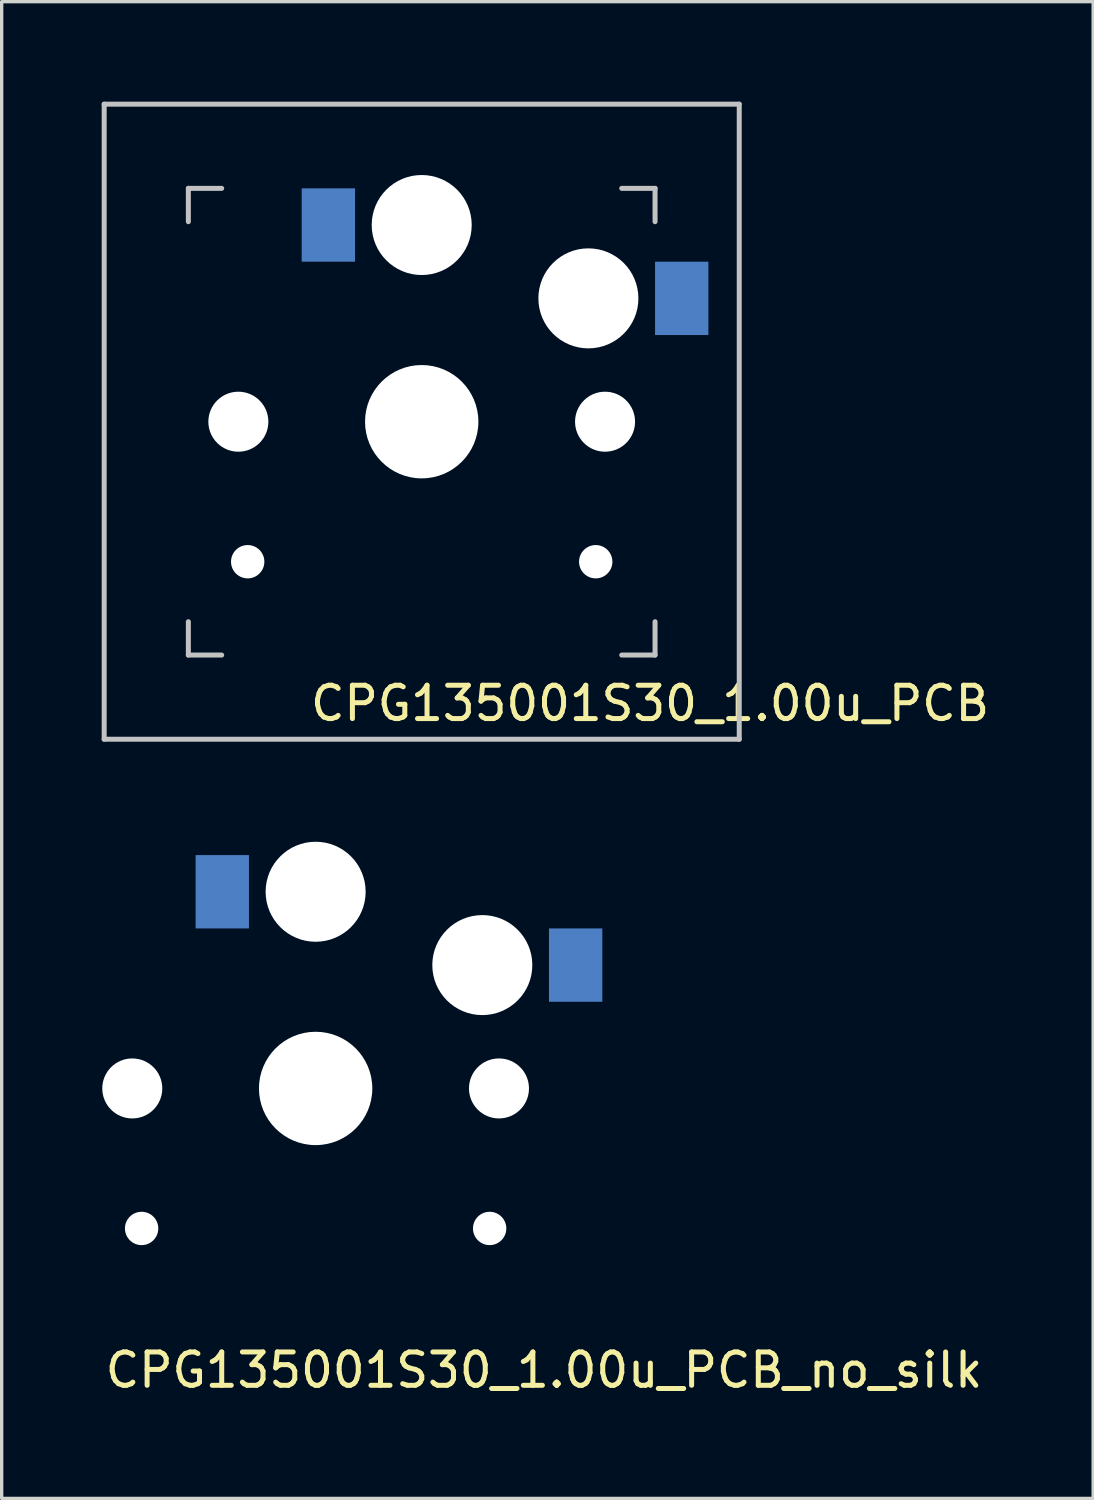
<source format=kicad_pcb>
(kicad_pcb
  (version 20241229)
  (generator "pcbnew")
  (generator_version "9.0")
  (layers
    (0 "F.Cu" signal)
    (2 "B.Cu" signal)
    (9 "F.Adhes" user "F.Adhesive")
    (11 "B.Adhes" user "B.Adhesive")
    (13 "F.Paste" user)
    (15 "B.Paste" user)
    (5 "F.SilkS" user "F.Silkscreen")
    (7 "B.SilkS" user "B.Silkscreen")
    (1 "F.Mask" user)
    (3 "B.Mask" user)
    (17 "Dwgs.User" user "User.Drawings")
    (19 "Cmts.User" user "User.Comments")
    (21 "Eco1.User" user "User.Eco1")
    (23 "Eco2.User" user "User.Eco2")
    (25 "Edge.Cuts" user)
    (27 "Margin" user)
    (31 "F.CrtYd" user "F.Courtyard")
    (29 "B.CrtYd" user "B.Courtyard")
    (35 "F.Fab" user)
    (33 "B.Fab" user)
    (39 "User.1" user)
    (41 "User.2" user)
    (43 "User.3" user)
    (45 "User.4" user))
  (footprint "CPG135001S30_1.00u_PCB"
    (layer "F.Cu")
    (at 9.6 9.6)
    (property "Reference" "CPG135001S30_1.00u_PCB" (at 6.85 8.45 180) (layer "F.SilkS") (effects (font (size 1 1) (thickness 0.15))))
    (attr through_hole)
    (fp_line (start -9.525 -9.525) (end 9.525 -9.525) (stroke (width 0.15) (type solid)) (layer "Dwgs.User"))
    (fp_line (start -9.525 9.525) (end -9.525 -9.525) (stroke (width 0.15) (type solid)) (layer "Dwgs.User"))
    (fp_line (start -7 -7) (end -7 -6) (stroke (width 0.15) (type solid)) (layer "Dwgs.User"))
    (fp_line (start -7 6) (end -7 7) (stroke (width 0.15) (type solid)) (layer "Dwgs.User"))
    (fp_line (start -7 7) (end -6 7) (stroke (width 0.15) (type solid)) (layer "Dwgs.User"))
    (fp_line (start -6 -7) (end -7 -7) (stroke (width 0.15) (type solid)) (layer "Dwgs.User"))
    (fp_line (start 6 -7) (end 7 -7) (stroke (width 0.15) (type solid)) (layer "Dwgs.User"))
    (fp_line (start 7 -7) (end 7 -6) (stroke (width 0.15) (type solid)) (layer "Dwgs.User"))
    (fp_line (start 7 6) (end 7 7) (stroke (width 0.15) (type solid)) (layer "Dwgs.User"))
    (fp_line (start 7 7) (end 6 7) (stroke (width 0.15) (type solid)) (layer "Dwgs.User"))
    (fp_line (start 9.525 -9.525) (end 9.525 9.525) (stroke (width 0.15) (type solid)) (layer "Dwgs.User"))
    (fp_line (start 9.525 9.525) (end -9.525 9.525) (stroke (width 0.15) (type solid)) (layer "Dwgs.User"))
    (pad "" np_thru_hole circle (at -5.5 0 270) (size 1.8 1.8) (drill 1.8) (layers "*.Cu" "*.Mask"))
    (pad "" np_thru_hole circle (at -5.22 4.2) (size 1 1) (drill 1) (layers "*.Cu" "*.Mask"))
    (pad "" np_thru_hole circle (at 0 -5.9 270) (size 3 3) (drill 3) (layers "*.Cu" "*.Mask"))
    (pad "" np_thru_hole circle (at 0 0 270) (size 3.4 3.4) (drill 3.4) (layers "*.Cu" "*.Mask"))
    (pad "" np_thru_hole circle (at 5 -3.7 270) (size 3 3) (drill 3) (layers "*.Cu" "*.Mask"))
    (pad "" np_thru_hole circle (at 5.22 4.2) (size 1 1) (drill 1) (layers "*.Cu" "*.Mask"))
    (pad "" np_thru_hole circle (at 5.5 0 270) (size 1.8 1.8) (drill 1.8) (layers "*.Cu" "*.Mask"))
    (pad "1" smd rect (at 7.8 -3.7) (size 1.6 2.2) (layers "B.Cu" "B.Mask" "B.Paste"))
    (pad "2" smd rect (at -2.8 -5.9) (size 1.6 2.2) (layers "B.Cu" "B.Mask" "B.Paste")))
  (footprint "CPG135001S30_1.00u_PCB_no_silk"
    (layer "F.Cu")
    (at 6.418 29.6)
    (property "Reference" "CPG135001S30_1.00u_PCB_no_silk" (at 6.85 8.45 180) (layer "F.SilkS") (effects (font (size 1 1) (thickness 0.15))))
    (attr through_hole)
    (pad "" np_thru_hole circle (at -5.5 0 270) (size 1.8 1.8) (drill 1.8) (layers "*.Cu" "*.Mask"))
    (pad "" np_thru_hole circle (at -5.22 4.2) (size 1 1) (drill 1) (layers "*.Cu" "*.Mask"))
    (pad "" np_thru_hole circle (at 0 -5.9 270) (size 3 3) (drill 3) (layers "*.Cu" "*.Mask"))
    (pad "" np_thru_hole circle (at 0 0 270) (size 3.4 3.4) (drill 3.4) (layers "*.Cu" "*.Mask"))
    (pad "" np_thru_hole circle (at 5 -3.7 270) (size 3 3) (drill 3) (layers "*.Cu" "*.Mask"))
    (pad "" np_thru_hole circle (at 5.22 4.2) (size 1 1) (drill 1) (layers "*.Cu" "*.Mask"))
    (pad "" np_thru_hole circle (at 5.5 0 270) (size 1.8 1.8) (drill 1.8) (layers "*.Cu" "*.Mask"))
    (pad "1" smd rect (at 7.8 -3.7) (size 1.6 2.2) (layers "B.Cu" "B.Mask" "B.Paste"))
    (pad "2" smd rect (at -2.8 -5.9) (size 1.6 2.2) (layers "B.Cu" "B.Mask" "B.Paste")))
  (gr_rect
    (start -3 -3)
    (end 29.742 41.898)
    (stroke (width 0.1) (type default))
    (fill no)
    (layer "Edge.Cuts")))
</source>
